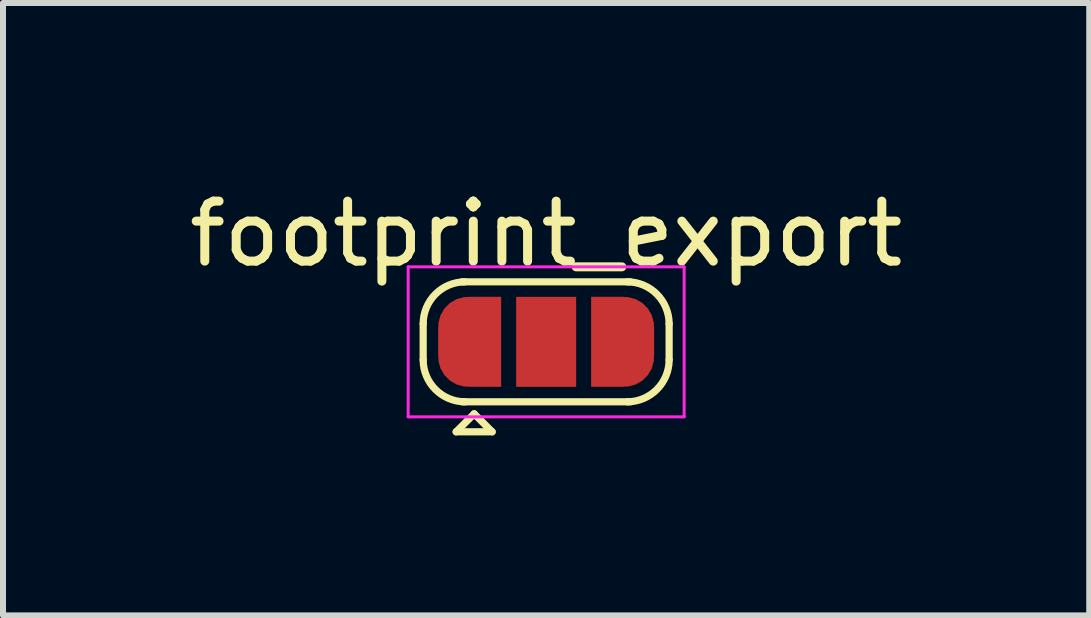
<source format=kicad_pcb>
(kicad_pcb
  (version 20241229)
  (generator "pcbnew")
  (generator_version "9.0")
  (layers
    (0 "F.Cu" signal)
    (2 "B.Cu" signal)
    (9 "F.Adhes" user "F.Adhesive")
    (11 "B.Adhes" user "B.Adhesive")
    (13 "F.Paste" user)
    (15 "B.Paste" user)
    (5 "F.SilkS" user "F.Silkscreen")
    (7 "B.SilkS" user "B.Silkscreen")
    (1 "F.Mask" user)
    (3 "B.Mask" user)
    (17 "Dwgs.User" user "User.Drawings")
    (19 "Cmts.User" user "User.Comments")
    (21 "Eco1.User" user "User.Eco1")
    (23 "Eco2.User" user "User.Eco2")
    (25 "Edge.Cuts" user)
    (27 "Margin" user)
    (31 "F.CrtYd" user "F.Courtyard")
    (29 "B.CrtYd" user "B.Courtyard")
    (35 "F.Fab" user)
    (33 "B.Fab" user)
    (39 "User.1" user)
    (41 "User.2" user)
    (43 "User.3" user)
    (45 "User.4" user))
  (footprint "footprint_export"
    (layer "F.Cu")
    (at 6.054 2.648)
    (property "Reference" "footprint_export" (at 0 -1.8 0) (layer "F.SilkS") (effects (font (size 1 1) (thickness 0.15))))
    (attr exclude_from_pos_files exclude_from_bom)
    (fp_line (start -2.05 0.3) (end -2.05 -0.3) (stroke (width 0.12) (type solid)) (layer "F.SilkS"))
    (fp_line (start -1.5 1.5) (end -0.9 1.5) (stroke (width 0.12) (type solid)) (layer "F.SilkS"))
    (fp_line (start -1.4 -1) (end 1.4 -1) (stroke (width 0.12) (type solid)) (layer "F.SilkS"))
    (fp_line (start -1.2 1.2) (end -1.5 1.5) (stroke (width 0.12) (type solid)) (layer "F.SilkS"))
    (fp_line (start -1.2 1.2) (end -0.9 1.5) (stroke (width 0.12) (type solid)) (layer "F.SilkS"))
    (fp_line (start 1.4 1) (end -1.4 1) (stroke (width 0.12) (type solid)) (layer "F.SilkS"))
    (fp_line (start 2.05 -0.3) (end 2.05 0.3) (stroke (width 0.12) (type solid)) (layer "F.SilkS"))
    (fp_arc (start -2.05 -0.3) (mid -1.844975 -0.794975) (end -1.35 -1) (stroke (width 0.12) (type solid)) (layer "F.SilkS"))
    (fp_arc (start -1.35 1) (mid -1.844975 0.794975) (end -2.05 0.3) (stroke (width 0.12) (type solid)) (layer "F.SilkS"))
    (fp_arc (start 1.35 -1) (mid 1.844975 -0.794975) (end 2.05 -0.3) (stroke (width 0.12) (type solid)) (layer "F.SilkS"))
    (fp_arc (start 2.05 0.3) (mid 1.844975 0.794975) (end 1.35 1) (stroke (width 0.12) (type solid)) (layer "F.SilkS"))
    (fp_line (start -2.3 -1.25) (end -2.3 1.25) (stroke (width 0.05) (type solid)) (layer "F.CrtYd"))
    (fp_line (start -2.3 -1.25) (end 2.3 -1.25) (stroke (width 0.05) (type solid)) (layer "F.CrtYd"))
    (fp_line (start 2.3 1.25) (end -2.3 1.25) (stroke (width 0.05) (type solid)) (layer "F.CrtYd"))
    (fp_line (start 2.3 1.25) (end 2.3 -1.25) (stroke (width 0.05) (type solid)) (layer "F.CrtYd"))
    (pad "1" smd custom (at -1.3 0) (size 1 0.5) (layers "F.Cu" "F.Mask") (options (anchor rect)) (primitives (gr_circle (center 0 0.25) (end 0.5 0.25) (width 0) (fill yes)) (gr_circle (center 0 -0.25) (end 0.5 -0.25) (width 0) (fill yes)) (gr_poly (pts (xy 0.55 0.75) (xy 0 0.75) (xy 0 -0.75) (xy 0.55 -0.75)) (width 0) (fill yes))))
    (pad "2" smd rect (at 0 0) (size 1 1.5) (layers "F.Cu" "F.Mask"))
    (pad "3" smd custom (at 1.3 0) (size 1 0.5) (layers "F.Cu" "F.Mask") (options (anchor rect)) (primitives (gr_circle (center 0 0.25) (end 0.5 0.25) (width 0) (fill yes)) (gr_circle (center 0 -0.25) (end 0.5 -0.25) (width 0) (fill yes)) (gr_poly (pts (xy 0 0.75) (xy -0.55 0.75) (xy -0.55 -0.75) (xy 0 -0.75)) (width 0) (fill yes)))))
  (gr_rect
    (start -3 -3)
    (end 15.107 7.208)
    (stroke (width 0.1) (type default))
    (fill no)
    (layer "Edge.Cuts")))
</source>
